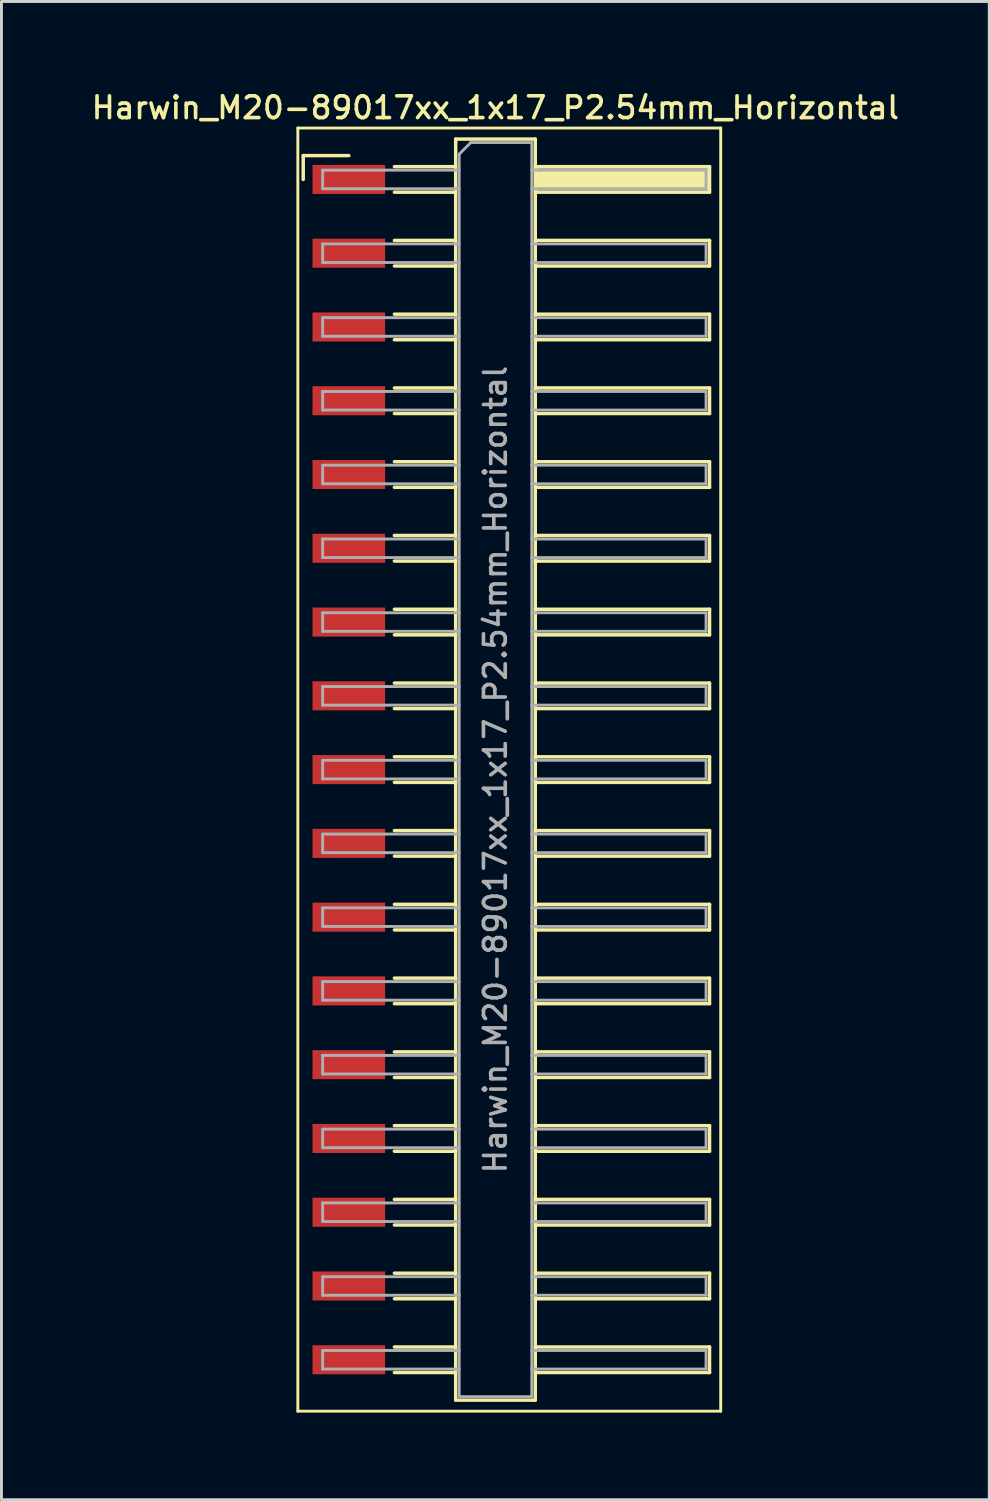
<source format=kicad_pcb>
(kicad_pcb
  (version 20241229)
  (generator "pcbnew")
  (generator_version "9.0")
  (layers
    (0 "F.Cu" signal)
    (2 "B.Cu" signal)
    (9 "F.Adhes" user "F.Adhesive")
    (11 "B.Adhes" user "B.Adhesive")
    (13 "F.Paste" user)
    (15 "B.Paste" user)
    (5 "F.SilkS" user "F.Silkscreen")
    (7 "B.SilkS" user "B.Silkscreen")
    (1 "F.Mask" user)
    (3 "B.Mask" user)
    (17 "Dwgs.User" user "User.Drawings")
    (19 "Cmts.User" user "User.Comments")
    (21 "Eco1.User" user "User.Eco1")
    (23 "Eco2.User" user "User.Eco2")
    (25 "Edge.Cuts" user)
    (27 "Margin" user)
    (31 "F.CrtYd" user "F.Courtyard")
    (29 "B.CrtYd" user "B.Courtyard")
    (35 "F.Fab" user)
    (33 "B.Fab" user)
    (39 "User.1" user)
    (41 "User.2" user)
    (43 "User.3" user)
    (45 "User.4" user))
  (footprint "Harwin_M20-89017xx_1x17_P2.54mm_Horizontal"
    (layer "F.Cu")
    (at 14.485 23.448)
    (property "Reference" "Harwin_M20-89017xx_1x17_P2.54mm_Horizontal" (at -0.48 -22.79 0) (layer "F.SilkS") (effects (font (size 0.75 0.75) (thickness 0.125))))
    (attr smd)
    (fp_line (start -7.28 -22.09) (end 7.28 -22.09) (stroke (width 0.1) (type solid)) (layer "F.SilkS"))
    (fp_line (start -7.28 22.09) (end -7.28 -22.09) (stroke (width 0.1) (type solid)) (layer "F.SilkS"))
    (fp_line (start -7.095 -21.14) (end -5.525 -21.14) (stroke (width 0.12) (type solid)) (layer "F.SilkS"))
    (fp_line (start -7.095 -20.32) (end -7.095 -21.14) (stroke (width 0.12) (type solid)) (layer "F.SilkS"))
    (fp_line (start -3.955 -20.76) (end -1.845 -20.76) (stroke (width 0.12) (type solid)) (layer "F.SilkS"))
    (fp_line (start -3.955 -19.88) (end -1.845 -19.88) (stroke (width 0.12) (type solid)) (layer "F.SilkS"))
    (fp_line (start -3.955 -18.22) (end -1.845 -18.22) (stroke (width 0.12) (type solid)) (layer "F.SilkS"))
    (fp_line (start -3.955 -17.34) (end -1.845 -17.34) (stroke (width 0.12) (type solid)) (layer "F.SilkS"))
    (fp_line (start -3.955 -15.68) (end -1.845 -15.68) (stroke (width 0.12) (type solid)) (layer "F.SilkS"))
    (fp_line (start -3.955 -14.8) (end -1.845 -14.8) (stroke (width 0.12) (type solid)) (layer "F.SilkS"))
    (fp_line (start -3.955 -13.14) (end -1.845 -13.14) (stroke (width 0.12) (type solid)) (layer "F.SilkS"))
    (fp_line (start -3.955 -12.26) (end -1.845 -12.26) (stroke (width 0.12) (type solid)) (layer "F.SilkS"))
    (fp_line (start -3.955 -10.6) (end -1.845 -10.6) (stroke (width 0.12) (type solid)) (layer "F.SilkS"))
    (fp_line (start -3.955 -9.72) (end -1.845 -9.72) (stroke (width 0.12) (type solid)) (layer "F.SilkS"))
    (fp_line (start -3.955 -8.06) (end -1.845 -8.06) (stroke (width 0.12) (type solid)) (layer "F.SilkS"))
    (fp_line (start -3.955 -7.18) (end -1.845 -7.18) (stroke (width 0.12) (type solid)) (layer "F.SilkS"))
    (fp_line (start -3.955 -5.52) (end -1.845 -5.52) (stroke (width 0.12) (type solid)) (layer "F.SilkS"))
    (fp_line (start -3.955 -4.64) (end -1.845 -4.64) (stroke (width 0.12) (type solid)) (layer "F.SilkS"))
    (fp_line (start -3.955 -2.98) (end -1.845 -2.98) (stroke (width 0.12) (type solid)) (layer "F.SilkS"))
    (fp_line (start -3.955 -2.1) (end -1.845 -2.1) (stroke (width 0.12) (type solid)) (layer "F.SilkS"))
    (fp_line (start -3.955 -0.44) (end -1.845 -0.44) (stroke (width 0.12) (type solid)) (layer "F.SilkS"))
    (fp_line (start -3.955 0.44) (end -1.845 0.44) (stroke (width 0.12) (type solid)) (layer "F.SilkS"))
    (fp_line (start -3.955 2.1) (end -1.845 2.1) (stroke (width 0.12) (type solid)) (layer "F.SilkS"))
    (fp_line (start -3.955 2.98) (end -1.845 2.98) (stroke (width 0.12) (type solid)) (layer "F.SilkS"))
    (fp_line (start -3.955 4.64) (end -1.845 4.64) (stroke (width 0.12) (type solid)) (layer "F.SilkS"))
    (fp_line (start -3.955 5.52) (end -1.845 5.52) (stroke (width 0.12) (type solid)) (layer "F.SilkS"))
    (fp_line (start -3.955 7.18) (end -1.845 7.18) (stroke (width 0.12) (type solid)) (layer "F.SilkS"))
    (fp_line (start -3.955 8.06) (end -1.845 8.06) (stroke (width 0.12) (type solid)) (layer "F.SilkS"))
    (fp_line (start -3.955 9.72) (end -1.845 9.72) (stroke (width 0.12) (type solid)) (layer "F.SilkS"))
    (fp_line (start -3.955 10.6) (end -1.845 10.6) (stroke (width 0.12) (type solid)) (layer "F.SilkS"))
    (fp_line (start -3.955 12.26) (end -1.845 12.26) (stroke (width 0.12) (type solid)) (layer "F.SilkS"))
    (fp_line (start -3.955 13.14) (end -1.845 13.14) (stroke (width 0.12) (type solid)) (layer "F.SilkS"))
    (fp_line (start -3.955 14.8) (end -1.845 14.8) (stroke (width 0.12) (type solid)) (layer "F.SilkS"))
    (fp_line (start -3.955 15.68) (end -1.845 15.68) (stroke (width 0.12) (type solid)) (layer "F.SilkS"))
    (fp_line (start -3.955 17.34) (end -1.845 17.34) (stroke (width 0.12) (type solid)) (layer "F.SilkS"))
    (fp_line (start -3.955 18.22) (end -1.845 18.22) (stroke (width 0.12) (type solid)) (layer "F.SilkS"))
    (fp_line (start -3.955 19.88) (end -1.845 19.88) (stroke (width 0.12) (type solid)) (layer "F.SilkS"))
    (fp_line (start -3.955 20.76) (end -1.845 20.76) (stroke (width 0.12) (type solid)) (layer "F.SilkS"))
    (fp_line (start -1.845 -21.71) (end 0.895 -21.71) (stroke (width 0.12) (type solid)) (layer "F.SilkS"))
    (fp_line (start -1.845 21.71) (end -1.845 -21.71) (stroke (width 0.12) (type solid)) (layer "F.SilkS"))
    (fp_line (start 0.895 -21.71) (end 0.895 21.71) (stroke (width 0.12) (type solid)) (layer "F.SilkS"))
    (fp_line (start 0.895 -20.76) (end 6.895 -20.76) (stroke (width 0.12) (type solid)) (layer "F.SilkS"))
    (fp_line (start 0.895 -18.22) (end 6.895 -18.22) (stroke (width 0.12) (type solid)) (layer "F.SilkS"))
    (fp_line (start 0.895 -15.68) (end 6.895 -15.68) (stroke (width 0.12) (type solid)) (layer "F.SilkS"))
    (fp_line (start 0.895 -13.14) (end 6.895 -13.14) (stroke (width 0.12) (type solid)) (layer "F.SilkS"))
    (fp_line (start 0.895 -10.6) (end 6.895 -10.6) (stroke (width 0.12) (type solid)) (layer "F.SilkS"))
    (fp_line (start 0.895 -8.06) (end 6.895 -8.06) (stroke (width 0.12) (type solid)) (layer "F.SilkS"))
    (fp_line (start 0.895 -5.52) (end 6.895 -5.52) (stroke (width 0.12) (type solid)) (layer "F.SilkS"))
    (fp_line (start 0.895 -2.98) (end 6.895 -2.98) (stroke (width 0.12) (type solid)) (layer "F.SilkS"))
    (fp_line (start 0.895 -0.44) (end 6.895 -0.44) (stroke (width 0.12) (type solid)) (layer "F.SilkS"))
    (fp_line (start 0.895 2.1) (end 6.895 2.1) (stroke (width 0.12) (type solid)) (layer "F.SilkS"))
    (fp_line (start 0.895 4.64) (end 6.895 4.64) (stroke (width 0.12) (type solid)) (layer "F.SilkS"))
    (fp_line (start 0.895 7.18) (end 6.895 7.18) (stroke (width 0.12) (type solid)) (layer "F.SilkS"))
    (fp_line (start 0.895 9.72) (end 6.895 9.72) (stroke (width 0.12) (type solid)) (layer "F.SilkS"))
    (fp_line (start 0.895 12.26) (end 6.895 12.26) (stroke (width 0.12) (type solid)) (layer "F.SilkS"))
    (fp_line (start 0.895 14.8) (end 6.895 14.8) (stroke (width 0.12) (type solid)) (layer "F.SilkS"))
    (fp_line (start 0.895 17.34) (end 6.895 17.34) (stroke (width 0.12) (type solid)) (layer "F.SilkS"))
    (fp_line (start 0.895 19.88) (end 6.895 19.88) (stroke (width 0.12) (type solid)) (layer "F.SilkS"))
    (fp_line (start 0.895 21.71) (end -1.845 21.71) (stroke (width 0.12) (type solid)) (layer "F.SilkS"))
    (fp_line (start 6.895 -20.76) (end 6.895 -19.88) (stroke (width 0.12) (type solid)) (layer "F.SilkS"))
    (fp_line (start 6.895 -19.88) (end 0.895 -19.88) (stroke (width 0.12) (type solid)) (layer "F.SilkS"))
    (fp_line (start 6.895 -18.22) (end 6.895 -17.34) (stroke (width 0.12) (type solid)) (layer "F.SilkS"))
    (fp_line (start 6.895 -17.34) (end 0.895 -17.34) (stroke (width 0.12) (type solid)) (layer "F.SilkS"))
    (fp_line (start 6.895 -15.68) (end 6.895 -14.8) (stroke (width 0.12) (type solid)) (layer "F.SilkS"))
    (fp_line (start 6.895 -14.8) (end 0.895 -14.8) (stroke (width 0.12) (type solid)) (layer "F.SilkS"))
    (fp_line (start 6.895 -13.14) (end 6.895 -12.26) (stroke (width 0.12) (type solid)) (layer "F.SilkS"))
    (fp_line (start 6.895 -12.26) (end 0.895 -12.26) (stroke (width 0.12) (type solid)) (layer "F.SilkS"))
    (fp_line (start 6.895 -10.6) (end 6.895 -9.72) (stroke (width 0.12) (type solid)) (layer "F.SilkS"))
    (fp_line (start 6.895 -9.72) (end 0.895 -9.72) (stroke (width 0.12) (type solid)) (layer "F.SilkS"))
    (fp_line (start 6.895 -8.06) (end 6.895 -7.18) (stroke (width 0.12) (type solid)) (layer "F.SilkS"))
    (fp_line (start 6.895 -7.18) (end 0.895 -7.18) (stroke (width 0.12) (type solid)) (layer "F.SilkS"))
    (fp_line (start 6.895 -5.52) (end 6.895 -4.64) (stroke (width 0.12) (type solid)) (layer "F.SilkS"))
    (fp_line (start 6.895 -4.64) (end 0.895 -4.64) (stroke (width 0.12) (type solid)) (layer "F.SilkS"))
    (fp_line (start 6.895 -2.98) (end 6.895 -2.1) (stroke (width 0.12) (type solid)) (layer "F.SilkS"))
    (fp_line (start 6.895 -2.1) (end 0.895 -2.1) (stroke (width 0.12) (type solid)) (layer "F.SilkS"))
    (fp_line (start 6.895 -0.44) (end 6.895 0.44) (stroke (width 0.12) (type solid)) (layer "F.SilkS"))
    (fp_line (start 6.895 0.44) (end 0.895 0.44) (stroke (width 0.12) (type solid)) (layer "F.SilkS"))
    (fp_line (start 6.895 2.1) (end 6.895 2.98) (stroke (width 0.12) (type solid)) (layer "F.SilkS"))
    (fp_line (start 6.895 2.98) (end 0.895 2.98) (stroke (width 0.12) (type solid)) (layer "F.SilkS"))
    (fp_line (start 6.895 4.64) (end 6.895 5.52) (stroke (width 0.12) (type solid)) (layer "F.SilkS"))
    (fp_line (start 6.895 5.52) (end 0.895 5.52) (stroke (width 0.12) (type solid)) (layer "F.SilkS"))
    (fp_line (start 6.895 7.18) (end 6.895 8.06) (stroke (width 0.12) (type solid)) (layer "F.SilkS"))
    (fp_line (start 6.895 8.06) (end 0.895 8.06) (stroke (width 0.12) (type solid)) (layer "F.SilkS"))
    (fp_line (start 6.895 9.72) (end 6.895 10.6) (stroke (width 0.12) (type solid)) (layer "F.SilkS"))
    (fp_line (start 6.895 10.6) (end 0.895 10.6) (stroke (width 0.12) (type solid)) (layer "F.SilkS"))
    (fp_line (start 6.895 12.26) (end 6.895 13.14) (stroke (width 0.12) (type solid)) (layer "F.SilkS"))
    (fp_line (start 6.895 13.14) (end 0.895 13.14) (stroke (width 0.12) (type solid)) (layer "F.SilkS"))
    (fp_line (start 6.895 14.8) (end 6.895 15.68) (stroke (width 0.12) (type solid)) (layer "F.SilkS"))
    (fp_line (start 6.895 15.68) (end 0.895 15.68) (stroke (width 0.12) (type solid)) (layer "F.SilkS"))
    (fp_line (start 6.895 17.34) (end 6.895 18.22) (stroke (width 0.12) (type solid)) (layer "F.SilkS"))
    (fp_line (start 6.895 18.22) (end 0.895 18.22) (stroke (width 0.12) (type solid)) (layer "F.SilkS"))
    (fp_line (start 6.895 19.88) (end 6.895 20.76) (stroke (width 0.12) (type solid)) (layer "F.SilkS"))
    (fp_line (start 6.895 20.76) (end 0.895 20.76) (stroke (width 0.12) (type solid)) (layer "F.SilkS"))
    (fp_line (start 7.28 -22.09) (end 7.28 22.09) (stroke (width 0.1) (type solid)) (layer "F.SilkS"))
    (fp_line (start 7.28 22.09) (end -7.28 22.09) (stroke (width 0.1) (type solid)) (layer "F.SilkS"))
    (fp_line (start -6.425 -20.64) (end -6.425 -20) (stroke (width 0.1) (type solid)) (layer "F.Fab"))
    (fp_line (start -6.425 -20) (end -1.725 -20) (stroke (width 0.1) (type solid)) (layer "F.Fab"))
    (fp_line (start -6.425 -18.1) (end -6.425 -17.46) (stroke (width 0.1) (type solid)) (layer "F.Fab"))
    (fp_line (start -6.425 -17.46) (end -1.725 -17.46) (stroke (width 0.1) (type solid)) (layer "F.Fab"))
    (fp_line (start -6.425 -15.56) (end -6.425 -14.92) (stroke (width 0.1) (type solid)) (layer "F.Fab"))
    (fp_line (start -6.425 -14.92) (end -1.725 -14.92) (stroke (width 0.1) (type solid)) (layer "F.Fab"))
    (fp_line (start -6.425 -13.02) (end -6.425 -12.38) (stroke (width 0.1) (type solid)) (layer "F.Fab"))
    (fp_line (start -6.425 -12.38) (end -1.725 -12.38) (stroke (width 0.1) (type solid)) (layer "F.Fab"))
    (fp_line (start -6.425 -10.48) (end -6.425 -9.84) (stroke (width 0.1) (type solid)) (layer "F.Fab"))
    (fp_line (start -6.425 -9.84) (end -1.725 -9.84) (stroke (width 0.1) (type solid)) (layer "F.Fab"))
    (fp_line (start -6.425 -7.94) (end -6.425 -7.3) (stroke (width 0.1) (type solid)) (layer "F.Fab"))
    (fp_line (start -6.425 -7.3) (end -1.725 -7.3) (stroke (width 0.1) (type solid)) (layer "F.Fab"))
    (fp_line (start -6.425 -5.4) (end -6.425 -4.76) (stroke (width 0.1) (type solid)) (layer "F.Fab"))
    (fp_line (start -6.425 -4.76) (end -1.725 -4.76) (stroke (width 0.1) (type solid)) (layer "F.Fab"))
    (fp_line (start -6.425 -2.86) (end -6.425 -2.22) (stroke (width 0.1) (type solid)) (layer "F.Fab"))
    (fp_line (start -6.425 -2.22) (end -1.725 -2.22) (stroke (width 0.1) (type solid)) (layer "F.Fab"))
    (fp_line (start -6.425 -0.32) (end -6.425 0.32) (stroke (width 0.1) (type solid)) (layer "F.Fab"))
    (fp_line (start -6.425 0.32) (end -1.725 0.32) (stroke (width 0.1) (type solid)) (layer "F.Fab"))
    (fp_line (start -6.425 2.22) (end -6.425 2.86) (stroke (width 0.1) (type solid)) (layer "F.Fab"))
    (fp_line (start -6.425 2.86) (end -1.725 2.86) (stroke (width 0.1) (type solid)) (layer "F.Fab"))
    (fp_line (start -6.425 4.76) (end -6.425 5.4) (stroke (width 0.1) (type solid)) (layer "F.Fab"))
    (fp_line (start -6.425 5.4) (end -1.725 5.4) (stroke (width 0.1) (type solid)) (layer "F.Fab"))
    (fp_line (start -6.425 7.3) (end -6.425 7.94) (stroke (width 0.1) (type solid)) (layer "F.Fab"))
    (fp_line (start -6.425 7.94) (end -1.725 7.94) (stroke (width 0.1) (type solid)) (layer "F.Fab"))
    (fp_line (start -6.425 9.84) (end -6.425 10.48) (stroke (width 0.1) (type solid)) (layer "F.Fab"))
    (fp_line (start -6.425 10.48) (end -1.725 10.48) (stroke (width 0.1) (type solid)) (layer "F.Fab"))
    (fp_line (start -6.425 12.38) (end -6.425 13.02) (stroke (width 0.1) (type solid)) (layer "F.Fab"))
    (fp_line (start -6.425 13.02) (end -1.725 13.02) (stroke (width 0.1) (type solid)) (layer "F.Fab"))
    (fp_line (start -6.425 14.92) (end -6.425 15.56) (stroke (width 0.1) (type solid)) (layer "F.Fab"))
    (fp_line (start -6.425 15.56) (end -1.725 15.56) (stroke (width 0.1) (type solid)) (layer "F.Fab"))
    (fp_line (start -6.425 17.46) (end -6.425 18.1) (stroke (width 0.1) (type solid)) (layer "F.Fab"))
    (fp_line (start -6.425 18.1) (end -1.725 18.1) (stroke (width 0.1) (type solid)) (layer "F.Fab"))
    (fp_line (start -6.425 20) (end -6.425 20.64) (stroke (width 0.1) (type solid)) (layer "F.Fab"))
    (fp_line (start -6.425 20.64) (end -1.725 20.64) (stroke (width 0.1) (type solid)) (layer "F.Fab"))
    (fp_line (start -1.725 -21.19) (end -1.325 -21.59) (stroke (width 0.1) (type solid)) (layer "F.Fab"))
    (fp_line (start -1.725 -20.64) (end -6.425 -20.64) (stroke (width 0.1) (type solid)) (layer "F.Fab"))
    (fp_line (start -1.725 -18.1) (end -6.425 -18.1) (stroke (width 0.1) (type solid)) (layer "F.Fab"))
    (fp_line (start -1.725 -15.56) (end -6.425 -15.56) (stroke (width 0.1) (type solid)) (layer "F.Fab"))
    (fp_line (start -1.725 -13.02) (end -6.425 -13.02) (stroke (width 0.1) (type solid)) (layer "F.Fab"))
    (fp_line (start -1.725 -10.48) (end -6.425 -10.48) (stroke (width 0.1) (type solid)) (layer "F.Fab"))
    (fp_line (start -1.725 -7.94) (end -6.425 -7.94) (stroke (width 0.1) (type solid)) (layer "F.Fab"))
    (fp_line (start -1.725 -5.4) (end -6.425 -5.4) (stroke (width 0.1) (type solid)) (layer "F.Fab"))
    (fp_line (start -1.725 -2.86) (end -6.425 -2.86) (stroke (width 0.1) (type solid)) (layer "F.Fab"))
    (fp_line (start -1.725 -0.32) (end -6.425 -0.32) (stroke (width 0.1) (type solid)) (layer "F.Fab"))
    (fp_line (start -1.725 2.22) (end -6.425 2.22) (stroke (width 0.1) (type solid)) (layer "F.Fab"))
    (fp_line (start -1.725 4.76) (end -6.425 4.76) (stroke (width 0.1) (type solid)) (layer "F.Fab"))
    (fp_line (start -1.725 7.3) (end -6.425 7.3) (stroke (width 0.1) (type solid)) (layer "F.Fab"))
    (fp_line (start -1.725 9.84) (end -6.425 9.84) (stroke (width 0.1) (type solid)) (layer "F.Fab"))
    (fp_line (start -1.725 12.38) (end -6.425 12.38) (stroke (width 0.1) (type solid)) (layer "F.Fab"))
    (fp_line (start -1.725 14.92) (end -6.425 14.92) (stroke (width 0.1) (type solid)) (layer "F.Fab"))
    (fp_line (start -1.725 17.46) (end -6.425 17.46) (stroke (width 0.1) (type solid)) (layer "F.Fab"))
    (fp_line (start -1.725 20) (end -6.425 20) (stroke (width 0.1) (type solid)) (layer "F.Fab"))
    (fp_line (start -1.725 21.59) (end -1.725 -21.19) (stroke (width 0.1) (type solid)) (layer "F.Fab"))
    (fp_line (start -1.325 -21.59) (end 0.775 -21.59) (stroke (width 0.1) (type solid)) (layer "F.Fab"))
    (fp_line (start 0.775 -21.59) (end 0.775 21.59) (stroke (width 0.1) (type solid)) (layer "F.Fab"))
    (fp_line (start 0.775 -20.64) (end 6.775 -20.64) (stroke (width 0.1) (type solid)) (layer "F.Fab"))
    (fp_line (start 0.775 -18.1) (end 6.775 -18.1) (stroke (width 0.1) (type solid)) (layer "F.Fab"))
    (fp_line (start 0.775 -15.56) (end 6.775 -15.56) (stroke (width 0.1) (type solid)) (layer "F.Fab"))
    (fp_line (start 0.775 -13.02) (end 6.775 -13.02) (stroke (width 0.1) (type solid)) (layer "F.Fab"))
    (fp_line (start 0.775 -10.48) (end 6.775 -10.48) (stroke (width 0.1) (type solid)) (layer "F.Fab"))
    (fp_line (start 0.775 -7.94) (end 6.775 -7.94) (stroke (width 0.1) (type solid)) (layer "F.Fab"))
    (fp_line (start 0.775 -5.4) (end 6.775 -5.4) (stroke (width 0.1) (type solid)) (layer "F.Fab"))
    (fp_line (start 0.775 -2.86) (end 6.775 -2.86) (stroke (width 0.1) (type solid)) (layer "F.Fab"))
    (fp_line (start 0.775 -0.32) (end 6.775 -0.32) (stroke (width 0.1) (type solid)) (layer "F.Fab"))
    (fp_line (start 0.775 2.22) (end 6.775 2.22) (stroke (width 0.1) (type solid)) (layer "F.Fab"))
    (fp_line (start 0.775 4.76) (end 6.775 4.76) (stroke (width 0.1) (type solid)) (layer "F.Fab"))
    (fp_line (start 0.775 7.3) (end 6.775 7.3) (stroke (width 0.1) (type solid)) (layer "F.Fab"))
    (fp_line (start 0.775 9.84) (end 6.775 9.84) (stroke (width 0.1) (type solid)) (layer "F.Fab"))
    (fp_line (start 0.775 12.38) (end 6.775 12.38) (stroke (width 0.1) (type solid)) (layer "F.Fab"))
    (fp_line (start 0.775 14.92) (end 6.775 14.92) (stroke (width 0.1) (type solid)) (layer "F.Fab"))
    (fp_line (start 0.775 17.46) (end 6.775 17.46) (stroke (width 0.1) (type solid)) (layer "F.Fab"))
    (fp_line (start 0.775 20) (end 6.775 20) (stroke (width 0.1) (type solid)) (layer "F.Fab"))
    (fp_line (start 0.775 21.59) (end -1.725 21.59) (stroke (width 0.1) (type solid)) (layer "F.Fab"))
    (fp_line (start 6.775 -20.64) (end 6.775 -20) (stroke (width 0.1) (type solid)) (layer "F.Fab"))
    (fp_line (start 6.775 -20) (end 0.775 -20) (stroke (width 0.1) (type solid)) (layer "F.Fab"))
    (fp_line (start 6.775 -18.1) (end 6.775 -17.46) (stroke (width 0.1) (type solid)) (layer "F.Fab"))
    (fp_line (start 6.775 -17.46) (end 0.775 -17.46) (stroke (width 0.1) (type solid)) (layer "F.Fab"))
    (fp_line (start 6.775 -15.56) (end 6.775 -14.92) (stroke (width 0.1) (type solid)) (layer "F.Fab"))
    (fp_line (start 6.775 -14.92) (end 0.775 -14.92) (stroke (width 0.1) (type solid)) (layer "F.Fab"))
    (fp_line (start 6.775 -13.02) (end 6.775 -12.38) (stroke (width 0.1) (type solid)) (layer "F.Fab"))
    (fp_line (start 6.775 -12.38) (end 0.775 -12.38) (stroke (width 0.1) (type solid)) (layer "F.Fab"))
    (fp_line (start 6.775 -10.48) (end 6.775 -9.84) (stroke (width 0.1) (type solid)) (layer "F.Fab"))
    (fp_line (start 6.775 -9.84) (end 0.775 -9.84) (stroke (width 0.1) (type solid)) (layer "F.Fab"))
    (fp_line (start 6.775 -7.94) (end 6.775 -7.3) (stroke (width 0.1) (type solid)) (layer "F.Fab"))
    (fp_line (start 6.775 -7.3) (end 0.775 -7.3) (stroke (width 0.1) (type solid)) (layer "F.Fab"))
    (fp_line (start 6.775 -5.4) (end 6.775 -4.76) (stroke (width 0.1) (type solid)) (layer "F.Fab"))
    (fp_line (start 6.775 -4.76) (end 0.775 -4.76) (stroke (width 0.1) (type solid)) (layer "F.Fab"))
    (fp_line (start 6.775 -2.86) (end 6.775 -2.22) (stroke (width 0.1) (type solid)) (layer "F.Fab"))
    (fp_line (start 6.775 -2.22) (end 0.775 -2.22) (stroke (width 0.1) (type solid)) (layer "F.Fab"))
    (fp_line (start 6.775 -0.32) (end 6.775 0.32) (stroke (width 0.1) (type solid)) (layer "F.Fab"))
    (fp_line (start 6.775 0.32) (end 0.775 0.32) (stroke (width 0.1) (type solid)) (layer "F.Fab"))
    (fp_line (start 6.775 2.22) (end 6.775 2.86) (stroke (width 0.1) (type solid)) (layer "F.Fab"))
    (fp_line (start 6.775 2.86) (end 0.775 2.86) (stroke (width 0.1) (type solid)) (layer "F.Fab"))
    (fp_line (start 6.775 4.76) (end 6.775 5.4) (stroke (width 0.1) (type solid)) (layer "F.Fab"))
    (fp_line (start 6.775 5.4) (end 0.775 5.4) (stroke (width 0.1) (type solid)) (layer "F.Fab"))
    (fp_line (start 6.775 7.3) (end 6.775 7.94) (stroke (width 0.1) (type solid)) (layer "F.Fab"))
    (fp_line (start 6.775 7.94) (end 0.775 7.94) (stroke (width 0.1) (type solid)) (layer "F.Fab"))
    (fp_line (start 6.775 9.84) (end 6.775 10.48) (stroke (width 0.1) (type solid)) (layer "F.Fab"))
    (fp_line (start 6.775 10.48) (end 0.775 10.48) (stroke (width 0.1) (type solid)) (layer "F.Fab"))
    (fp_line (start 6.775 12.38) (end 6.775 13.02) (stroke (width 0.1) (type solid)) (layer "F.Fab"))
    (fp_line (start 6.775 13.02) (end 0.775 13.02) (stroke (width 0.1) (type solid)) (layer "F.Fab"))
    (fp_line (start 6.775 14.92) (end 6.775 15.56) (stroke (width 0.1) (type solid)) (layer "F.Fab"))
    (fp_line (start 6.775 15.56) (end 0.775 15.56) (stroke (width 0.1) (type solid)) (layer "F.Fab"))
    (fp_line (start 6.775 17.46) (end 6.775 18.1) (stroke (width 0.1) (type solid)) (layer "F.Fab"))
    (fp_line (start 6.775 18.1) (end 0.775 18.1) (stroke (width 0.1) (type solid)) (layer "F.Fab"))
    (fp_line (start 6.775 20) (end 6.775 20.64) (stroke (width 0.1) (type solid)) (layer "F.Fab"))
    (fp_line (start 6.775 20.64) (end 0.775 20.64) (stroke (width 0.1) (type solid)) (layer "F.Fab"))
    (fp_text user "${REFERENCE}" (at -0.48 0 90) (layer "F.Fab") (effects (font (size 0.75 0.75) (thickness 0.125))))
    (pad "" smd rect (at 3.895 -20.32) (size 6 0.76) (layers "F.SilkS"))
    (pad "1" smd rect (at -5.525 -20.32) (size 2.5 1) (layers "F.Cu" "F.Mask" "F.Paste"))
    (pad "2" smd rect (at -5.525 -17.78) (size 2.5 1) (layers "F.Cu" "F.Mask" "F.Paste"))
    (pad "3" smd rect (at -5.525 -15.24) (size 2.5 1) (layers "F.Cu" "F.Mask" "F.Paste"))
    (pad "4" smd rect (at -5.525 -12.7) (size 2.5 1) (layers "F.Cu" "F.Mask" "F.Paste"))
    (pad "5" smd rect (at -5.525 -10.16) (size 2.5 1) (layers "F.Cu" "F.Mask" "F.Paste"))
    (pad "6" smd rect (at -5.525 -7.62) (size 2.5 1) (layers "F.Cu" "F.Mask" "F.Paste"))
    (pad "7" smd rect (at -5.525 -5.08) (size 2.5 1) (layers "F.Cu" "F.Mask" "F.Paste"))
    (pad "8" smd rect (at -5.525 -2.54) (size 2.5 1) (layers "F.Cu" "F.Mask" "F.Paste"))
    (pad "9" smd rect (at -5.525 0) (size 2.5 1) (layers "F.Cu" "F.Mask" "F.Paste"))
    (pad "10" smd rect (at -5.525 2.54) (size 2.5 1) (layers "F.Cu" "F.Mask" "F.Paste"))
    (pad "11" smd rect (at -5.525 5.08) (size 2.5 1) (layers "F.Cu" "F.Mask" "F.Paste"))
    (pad "12" smd rect (at -5.525 7.62) (size 2.5 1) (layers "F.Cu" "F.Mask" "F.Paste"))
    (pad "13" smd rect (at -5.525 10.16) (size 2.5 1) (layers "F.Cu" "F.Mask" "F.Paste"))
    (pad "14" smd rect (at -5.525 12.7) (size 2.5 1) (layers "F.Cu" "F.Mask" "F.Paste"))
    (pad "15" smd rect (at -5.525 15.24) (size 2.5 1) (layers "F.Cu" "F.Mask" "F.Paste"))
    (pad "16" smd rect (at -5.525 17.78) (size 2.5 1) (layers "F.Cu" "F.Mask" "F.Paste"))
    (pad "17" smd rect (at -5.525 20.32) (size 2.5 1) (layers "F.Cu" "F.Mask" "F.Paste")))
  (gr_rect
    (start -3 -3)
    (end 31.011 48.588)
    (stroke (width 0.1) (type default))
    (fill no)
    (layer "Edge.Cuts")))
</source>
